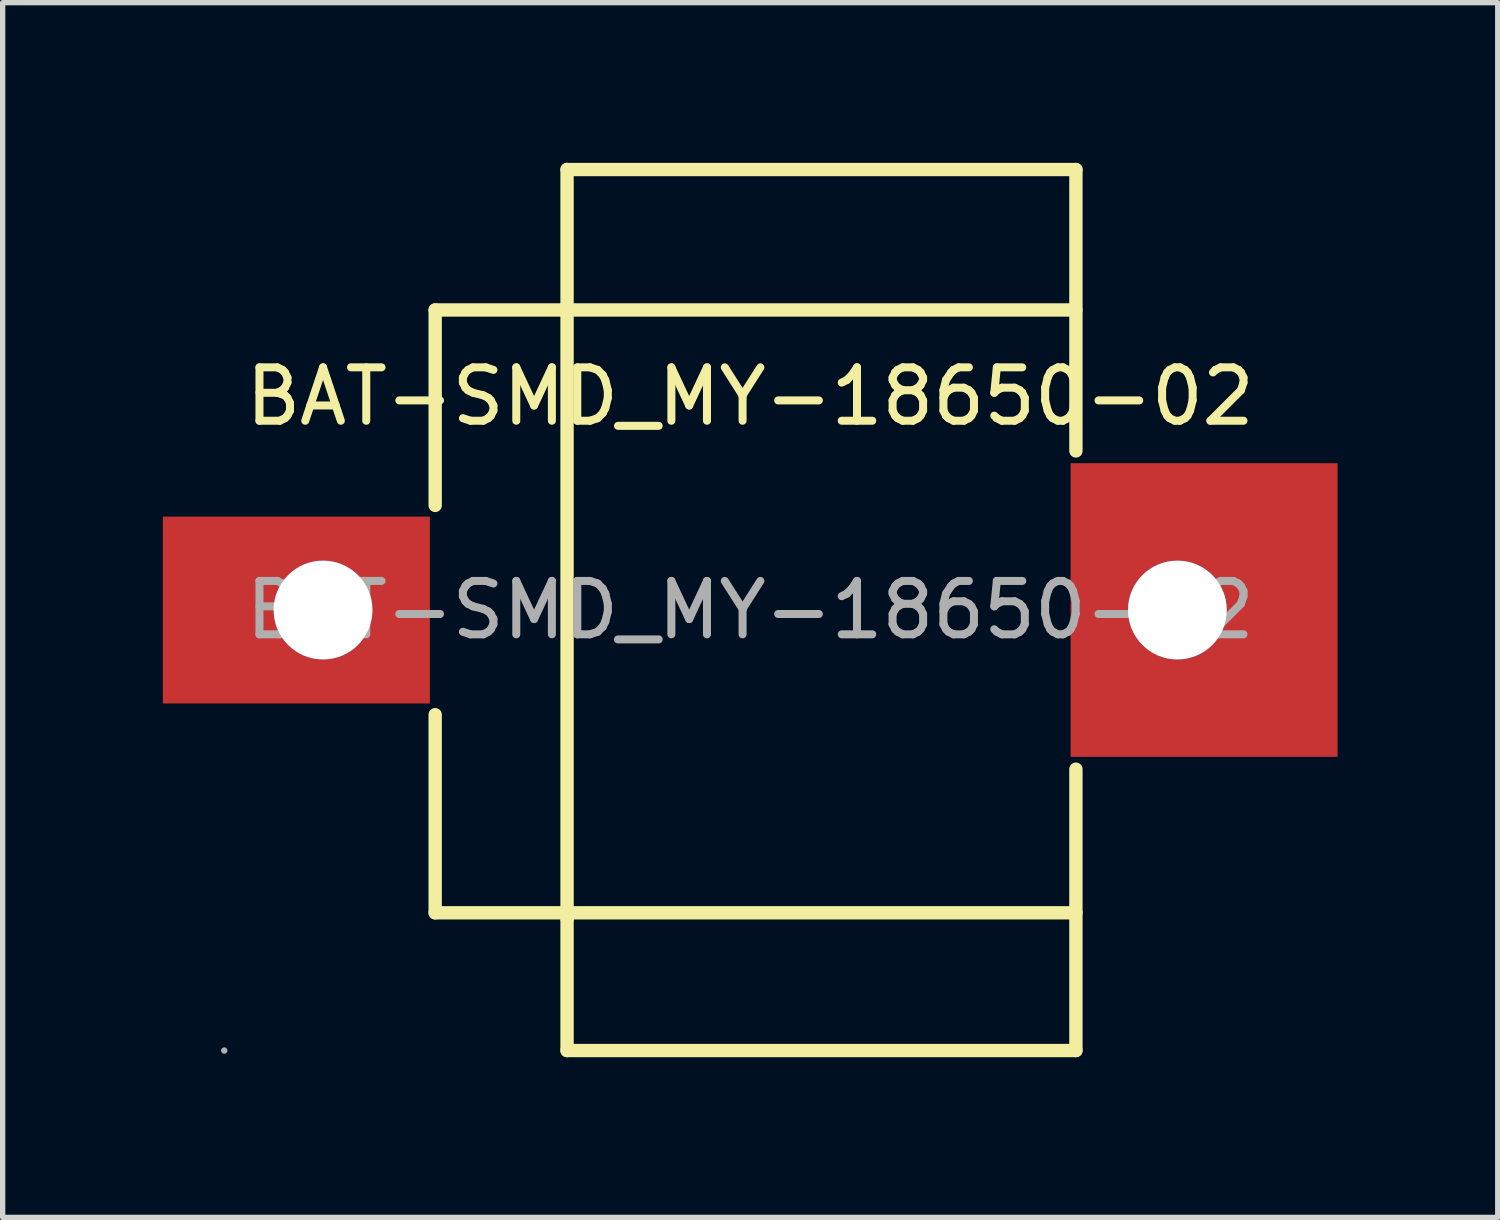
<source format=kicad_pcb>
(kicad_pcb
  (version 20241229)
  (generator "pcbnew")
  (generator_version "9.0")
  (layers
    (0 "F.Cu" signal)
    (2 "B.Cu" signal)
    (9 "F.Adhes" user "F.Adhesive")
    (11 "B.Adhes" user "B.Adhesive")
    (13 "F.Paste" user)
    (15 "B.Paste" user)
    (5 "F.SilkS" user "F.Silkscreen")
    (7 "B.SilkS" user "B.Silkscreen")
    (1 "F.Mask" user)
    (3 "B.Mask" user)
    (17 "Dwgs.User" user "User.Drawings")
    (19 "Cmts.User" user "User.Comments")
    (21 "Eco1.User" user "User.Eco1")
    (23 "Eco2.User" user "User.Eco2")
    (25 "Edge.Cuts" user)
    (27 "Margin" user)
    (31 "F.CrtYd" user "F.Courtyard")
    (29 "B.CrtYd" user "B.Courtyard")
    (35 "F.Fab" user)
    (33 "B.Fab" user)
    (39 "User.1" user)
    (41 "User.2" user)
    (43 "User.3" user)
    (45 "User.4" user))
  (footprint "BAT-SMD_MY-18650-02"
    (layer "F.Cu")
    (at 11 8.375)
    (property "Reference" "BAT-SMD_MY-18650-02" (at 0 -4 0) (layer "F.SilkS") (effects (font (size 1 1) (thickness 0.15))))
    (attr smd)
    (fp_circle (center -8 0) (end -7.09 -0.96) (stroke (width 0.1) (type default)) (fill no) (layer "F.Mask"))
    (fp_line (start -5.9 -5.62) (end -3.43 -5.62) (stroke (width 0.25) (type solid)) (layer "F.SilkS"))
    (fp_line (start -5.9 -1.96) (end -5.9 -5.62) (stroke (width 0.25) (type solid)) (layer "F.SilkS"))
    (fp_line (start -5.9 5.67) (end -5.9 1.96) (stroke (width 0.25) (type solid)) (layer "F.SilkS"))
    (fp_line (start -3.43 -8.25) (end 6.1 -8.25) (stroke (width 0.25) (type solid)) (layer "F.SilkS"))
    (fp_line (start -3.43 -5.62) (end -3.43 -8.25) (stroke (width 0.25) (type solid)) (layer "F.SilkS"))
    (fp_line (start -3.43 -5.62) (end -3.43 5.78) (stroke (width 0.25) (type solid)) (layer "F.SilkS"))
    (fp_line (start -3.43 -5.62) (end 6.1 -5.62) (stroke (width 0.25) (type solid)) (layer "F.SilkS"))
    (fp_line (start -3.43 5.67) (end -5.9 5.67) (stroke (width 0.25) (type solid)) (layer "F.SilkS"))
    (fp_line (start -3.43 5.67) (end 6.1 5.67) (stroke (width 0.25) (type solid)) (layer "F.SilkS"))
    (fp_line (start -3.43 8.25) (end -3.43 5.67) (stroke (width 0.25) (type solid)) (layer "F.SilkS"))
    (fp_line (start 6.1 -8.25) (end 6.1 -2.98) (stroke (width 0.25) (type solid)) (layer "F.SilkS"))
    (fp_line (start 6.1 2.98) (end 6.1 8.25) (stroke (width 0.25) (type solid)) (layer "F.SilkS"))
    (fp_line (start 6.1 8.25) (end -3.43 8.25) (stroke (width 0.25) (type solid)) (layer "F.SilkS"))
    (fp_circle (center -9.85 8.25) (end -9.82 8.25) (stroke (width 0.06) (type solid)) (fill no) (layer "F.Fab"))
    (fp_text user "${REFERENCE}" (at 0 0 0) (layer "F.Fab") (effects (font (size 1 1) (thickness 0.15))))
    (pad "" thru_hole circle (at -8 0) (size 1.85 1.85) (drill 1.85) (layers "*.Cu" "*.Paste" "*.Mask"))
    (pad "" thru_hole circle (at 8 0) (size 1.85 1.85) (drill 1.85) (layers "*.Cu" "*.Paste" "*.Mask"))
    (pad "1" smd rect (at -8.5 0) (size 5 3.5) (layers "F.Cu" "F.Mask" "F.Paste"))
    (pad "2" smd rect (at 8.5 0) (size 5 5.5) (layers "F.Cu" "F.Mask" "F.Paste")))
  (gr_rect
    (start -3 -3)
    (end 25 19.75)
    (stroke (width 0.1) (type default))
    (fill no)
    (layer "Edge.Cuts")))
</source>
